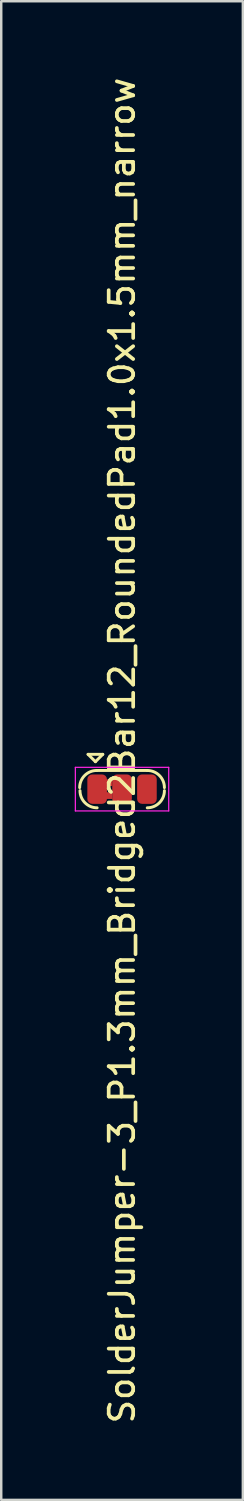
<source format=kicad_pcb>
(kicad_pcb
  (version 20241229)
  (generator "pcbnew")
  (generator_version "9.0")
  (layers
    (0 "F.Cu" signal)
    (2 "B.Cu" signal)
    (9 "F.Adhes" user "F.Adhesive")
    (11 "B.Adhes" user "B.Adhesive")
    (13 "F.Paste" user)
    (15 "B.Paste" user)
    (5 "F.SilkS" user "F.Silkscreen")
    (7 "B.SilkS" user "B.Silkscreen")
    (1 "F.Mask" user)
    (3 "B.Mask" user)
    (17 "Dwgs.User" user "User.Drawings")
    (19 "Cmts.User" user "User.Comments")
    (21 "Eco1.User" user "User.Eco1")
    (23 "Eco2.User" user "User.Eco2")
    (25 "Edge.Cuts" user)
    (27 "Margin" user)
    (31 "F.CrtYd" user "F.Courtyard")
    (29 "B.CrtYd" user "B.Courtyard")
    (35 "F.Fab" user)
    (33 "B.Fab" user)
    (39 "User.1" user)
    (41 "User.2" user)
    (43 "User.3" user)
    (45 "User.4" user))
  (footprint "SolderJumper-3_P1.3mm_Bridged2Bar12_RoundedPad1.0x1.5mm_narrow"
    (layer "F.Cu")
    (at 1.93 29.152)
    (property "Reference" "SolderJumper-3_P1.3mm_Bridged2Bar12_RoundedPad1.0x1.5mm_narrow" (at 0 -1.575 270) (layer "F.SilkS") (effects (font (size 1 1) (thickness 0.15))))
    (attr exclude_from_pos_files)
    (fp_poly (pts (xy -0.9 -0.4) (xy -0.4 -0.4) (xy -0.4 -0.127) (xy -0.9 -0.127)) (stroke (width 0) (type solid)) (fill yes) (layer "F.Cu"))
    (fp_poly (pts (xy -0.9 0.127) (xy -0.4 0.127) (xy -0.4 0.4) (xy -0.9 0.4)) (stroke (width 0) (type solid)) (fill yes) (layer "F.Cu"))
    (fp_line (start -1.086 -1.12) (end -1.386 -1.42) (stroke (width 0.12) (type solid)) (layer "F.SilkS"))
    (fp_line (start -1.086 -1.12) (end -0.786 -1.42) (stroke (width 0.12) (type solid)) (layer "F.SilkS"))
    (fp_line (start -1.029 -0.762) (end 1.029 -0.762) (stroke (width 0.12) (type solid)) (layer "F.SilkS"))
    (fp_line (start -0.786 -1.42) (end -1.386 -1.42) (stroke (width 0.12) (type solid)) (layer "F.SilkS"))
    (fp_arc (start -1.729025 -0.062) (mid -1.524 -0.556975) (end -1.029025 -0.762) (stroke (width 0.12) (type solid)) (layer "F.SilkS"))
    (fp_arc (start -1.016 0.762) (mid -1.510975 0.556975) (end -1.716 0.062) (stroke (width 0.12) (type solid)) (layer "F.SilkS"))
    (fp_arc (start 1.029025 -0.762) (mid 1.524 -0.556975) (end 1.729025 -0.062) (stroke (width 0.12) (type solid)) (layer "F.SilkS"))
    (fp_arc (start 1.729025 0.062) (mid 1.524 0.556975) (end 1.029025 0.762) (stroke (width 0.12) (type solid)) (layer "F.SilkS"))
    (fp_line (start -1.905 -0.889) (end -1.905 0.889) (stroke (width 0.05) (type solid)) (layer "F.CrtYd"))
    (fp_line (start -1.905 -0.889) (end 1.905 -0.889) (stroke (width 0.05) (type solid)) (layer "F.CrtYd"))
    (fp_line (start 1.905 0.889) (end -1.905 0.889) (stroke (width 0.05) (type solid)) (layer "F.CrtYd"))
    (fp_line (start 1.905 0.889) (end 1.905 -0.889) (stroke (width 0.05) (type solid)) (layer "F.CrtYd"))
    (pad "1" smd roundrect (at -1.016 0) (size 0.8 1.2) (layers "F.Cu" "F.Mask") (roundrect_rratio 0.25))
    (pad "2" smd roundrect (at 0 0) (size 0.8 1.2) (layers "F.Cu" "F.Mask") (roundrect_rratio 0.25))
    (pad "3" smd roundrect (at 1.016 0) (size 0.8 1.2) (layers "F.Cu" "F.Mask") (roundrect_rratio 0.25)))
  (gr_rect
    (start -3 -3)
    (end 6.86 58.155)
    (stroke (width 0.1) (type default))
    (fill no)
    (layer "Edge.Cuts")))
</source>
